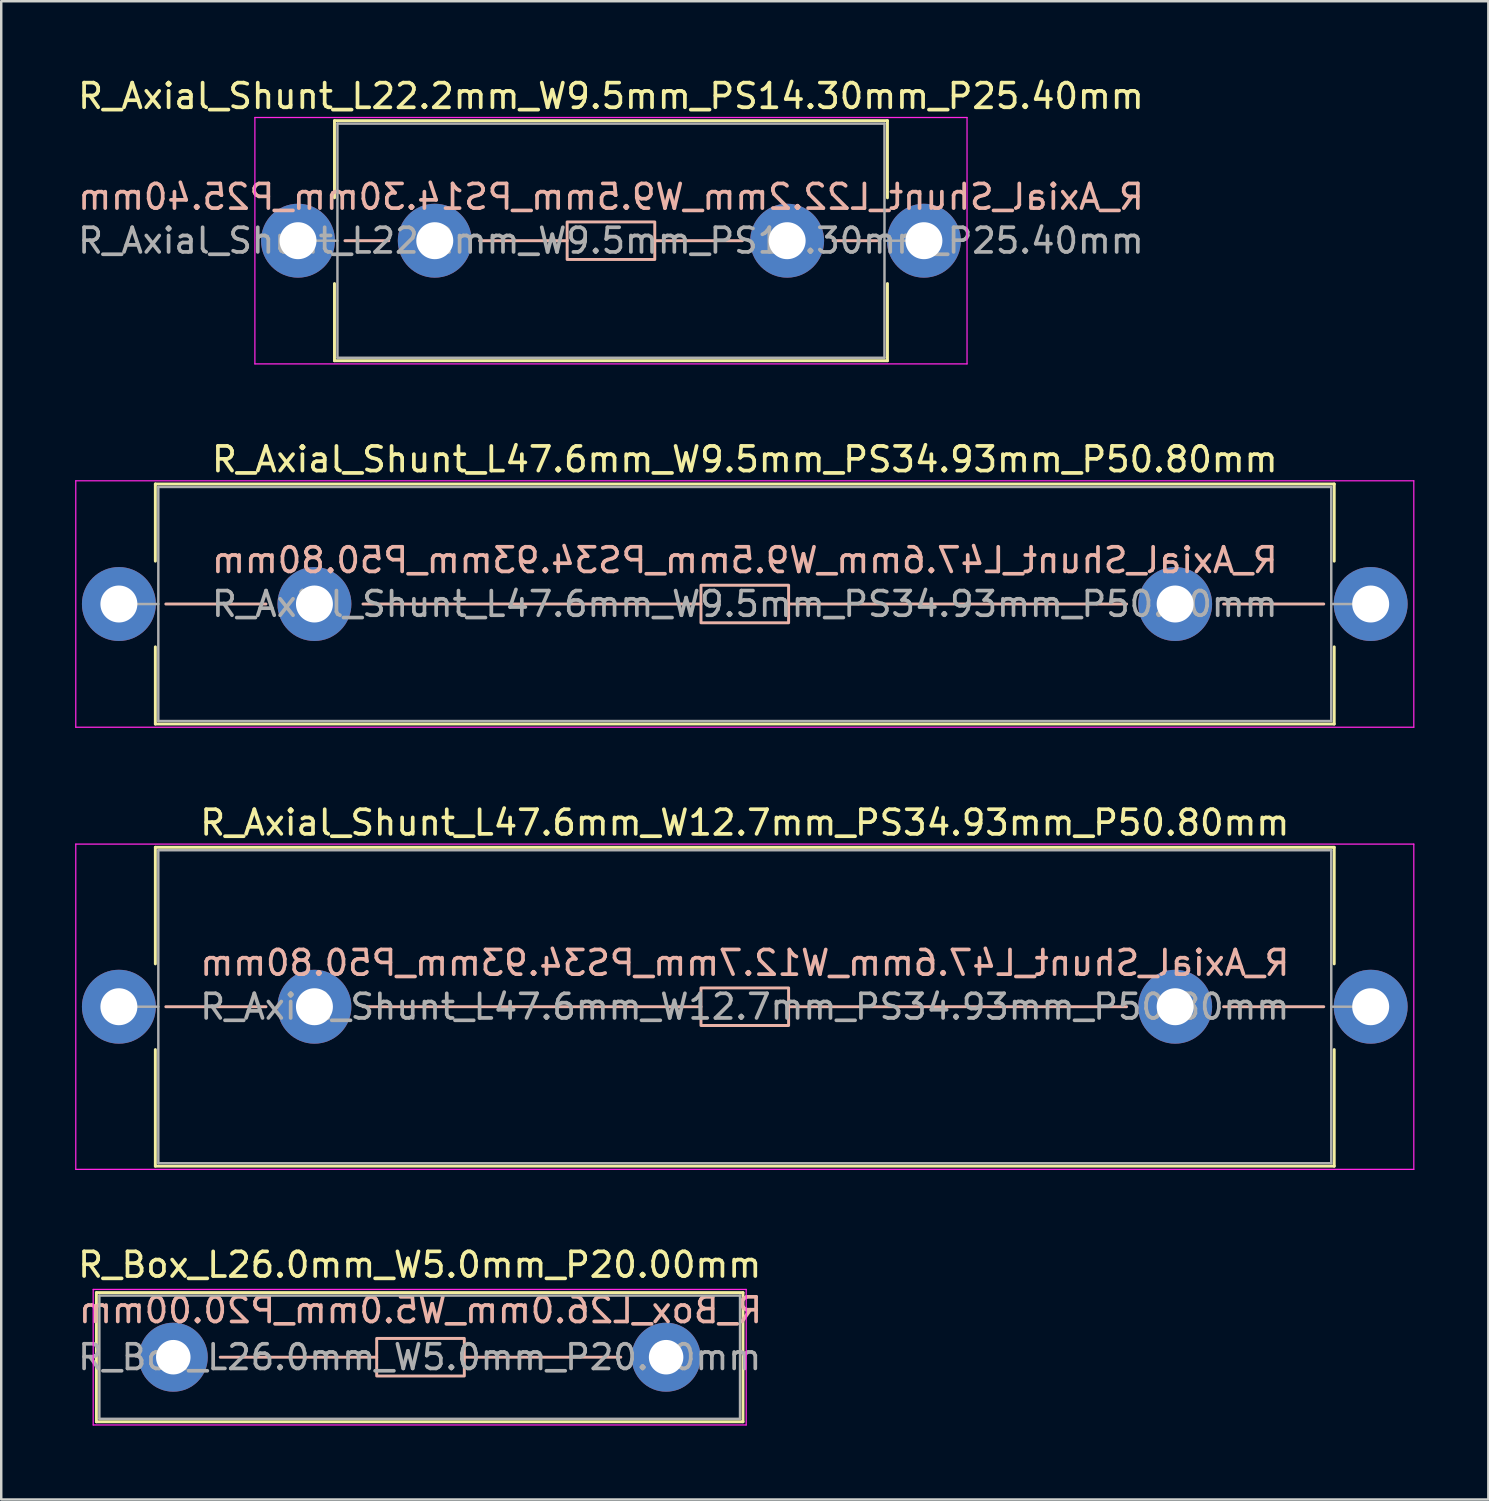
<source format=kicad_pcb>
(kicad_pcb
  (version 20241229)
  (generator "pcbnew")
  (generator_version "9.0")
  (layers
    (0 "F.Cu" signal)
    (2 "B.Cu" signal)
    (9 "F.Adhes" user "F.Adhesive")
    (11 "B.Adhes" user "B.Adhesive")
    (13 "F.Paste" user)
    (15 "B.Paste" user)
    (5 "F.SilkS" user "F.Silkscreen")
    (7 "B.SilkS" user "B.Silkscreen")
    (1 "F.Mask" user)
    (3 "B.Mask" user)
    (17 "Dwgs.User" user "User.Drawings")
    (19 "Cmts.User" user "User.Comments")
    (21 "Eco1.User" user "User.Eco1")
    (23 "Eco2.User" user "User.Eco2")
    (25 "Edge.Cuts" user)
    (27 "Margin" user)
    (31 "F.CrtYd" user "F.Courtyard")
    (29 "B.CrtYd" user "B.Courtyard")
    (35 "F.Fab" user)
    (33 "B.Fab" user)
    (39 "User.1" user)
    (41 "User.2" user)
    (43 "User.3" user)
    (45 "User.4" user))
  (footprint "R_Axial_Shunt_L22.2mm_W9.5mm_PS14.30mm_P25.40mm"
    (layer "F.Cu")
    (at 9.044 6.718)
    (property "Reference" "R_Axial_Shunt_L22.2mm_W9.5mm_PS14.30mm_P25.40mm" (at 12.7 -5.87 0) (layer "F.SilkS") (effects (font (size 1 1) (thickness 0.15))))
    (fp_line (start 1.48 -4.87) (end 23.92 -4.87) (stroke (width 0.12) (type solid)) (layer "F.SilkS"))
    (fp_line (start 1.48 -1.74) (end 1.48 -4.87) (stroke (width 0.12) (type solid)) (layer "F.SilkS"))
    (fp_line (start 1.48 1.74) (end 1.48 4.87) (stroke (width 0.12) (type solid)) (layer "F.SilkS"))
    (fp_line (start 1.48 4.87) (end 23.92 4.87) (stroke (width 0.12) (type solid)) (layer "F.SilkS"))
    (fp_line (start 23.92 -4.87) (end 23.92 -1.74) (stroke (width 0.12) (type solid)) (layer "F.SilkS"))
    (fp_line (start 23.92 4.87) (end 23.92 1.74) (stroke (width 0.12) (type solid)) (layer "F.SilkS"))
    (fp_line (start 3.683 0) (end 1.905 0) (stroke (width 0.12) (type solid)) (layer "B.SilkS"))
    (fp_line (start 10.922 0) (end 7.366 0) (stroke (width 0.12) (type solid)) (layer "B.SilkS"))
    (fp_line (start 14.478 0) (end 18.034 0) (stroke (width 0.12) (type solid)) (layer "B.SilkS"))
    (fp_line (start 21.717 0) (end 23.495 0) (stroke (width 0.12) (type solid)) (layer "B.SilkS"))
    (fp_rect (start 10.922 -0.762) (end 14.478 0.762) (stroke (width 0.12) (type solid)) (fill no) (layer "B.SilkS"))
    (fp_line (start -1.75 -5) (end -1.75 5) (stroke (width 0.05) (type solid)) (layer "F.CrtYd"))
    (fp_line (start -1.75 5) (end 27.15 5) (stroke (width 0.05) (type solid)) (layer "F.CrtYd"))
    (fp_line (start 27.15 -5) (end -1.75 -5) (stroke (width 0.05) (type solid)) (layer "F.CrtYd"))
    (fp_line (start 27.15 5) (end 27.15 -5) (stroke (width 0.05) (type solid)) (layer "F.CrtYd"))
    (fp_line (start 0 0) (end 1.6 0) (stroke (width 0.1) (type solid)) (layer "F.Fab"))
    (fp_line (start 1.6 -4.75) (end 1.6 4.75) (stroke (width 0.1) (type solid)) (layer "F.Fab"))
    (fp_line (start 1.6 4.75) (end 23.8 4.75) (stroke (width 0.1) (type solid)) (layer "F.Fab"))
    (fp_line (start 23.8 -4.75) (end 1.6 -4.75) (stroke (width 0.1) (type solid)) (layer "F.Fab"))
    (fp_line (start 23.8 4.75) (end 23.8 -4.75) (stroke (width 0.1) (type solid)) (layer "F.Fab"))
    (fp_line (start 25.4 0) (end 23.8 0) (stroke (width 0.1) (type solid)) (layer "F.Fab"))
    (fp_text user "${REFERENCE}" (at 12.7 -1.778 0) (layer "B.SilkS") (effects (font (size 1 1) (thickness 0.15)) (justify mirror)))
    (fp_text user "${REFERENCE}" (at 12.7 0 0) (layer "F.Fab") (effects (font (size 1 1) (thickness 0.15))))
    (pad "1" thru_hole circle (at 0 0) (size 3 3) (drill 1.5) (layers "*.Cu" "*.Mask"))
    (pad "2" thru_hole oval (at 5.55 0) (size 3 3) (drill 1.5) (layers "*.Cu" "*.Mask"))
    (pad "3" thru_hole oval (at 19.85 0) (size 3 3) (drill 1.5) (layers "*.Cu" "*.Mask"))
    (pad "4" thru_hole oval (at 25.4 0) (size 3 3) (drill 1.5) (layers "*.Cu" "*.Mask")))
  (footprint "R_Axial_Shunt_L47.6mm_W12.7mm_PS34.93mm_P50.80mm"
    (layer "F.Cu")
    (at 1.775 37.805)
    (property "Reference" "R_Axial_Shunt_L47.6mm_W12.7mm_PS34.93mm_P50.80mm" (at 25.4 -7.47 0) (layer "F.SilkS") (effects (font (size 1 1) (thickness 0.15))))
    (fp_line (start 1.48 -6.47) (end 49.32 -6.47) (stroke (width 0.12) (type solid)) (layer "F.SilkS"))
    (fp_line (start 1.48 -1.74) (end 1.48 -6.47) (stroke (width 0.12) (type solid)) (layer "F.SilkS"))
    (fp_line (start 1.48 1.74) (end 1.48 6.47) (stroke (width 0.12) (type solid)) (layer "F.SilkS"))
    (fp_line (start 1.48 6.47) (end 49.32 6.47) (stroke (width 0.12) (type solid)) (layer "F.SilkS"))
    (fp_line (start 49.32 -6.47) (end 49.32 -1.74) (stroke (width 0.12) (type solid)) (layer "F.SilkS"))
    (fp_line (start 49.32 6.47) (end 49.32 1.74) (stroke (width 0.12) (type solid)) (layer "F.SilkS"))
    (fp_line (start 5.969 0) (end 1.905 0) (stroke (width 0.12) (type solid)) (layer "B.SilkS"))
    (fp_line (start 23.622 0) (end 9.906 0) (stroke (width 0.12) (type solid)) (layer "B.SilkS"))
    (fp_line (start 27.178 0) (end 40.894 0) (stroke (width 0.12) (type solid)) (layer "B.SilkS"))
    (fp_line (start 44.831 0) (end 48.895 0) (stroke (width 0.12) (type solid)) (layer "B.SilkS"))
    (fp_rect (start 23.622 -0.762) (end 27.178 0.762) (stroke (width 0.12) (type solid)) (fill no) (layer "B.SilkS"))
    (fp_line (start -1.75 -6.6) (end -1.75 6.6) (stroke (width 0.05) (type solid)) (layer "F.CrtYd"))
    (fp_line (start -1.75 6.6) (end 52.55 6.6) (stroke (width 0.05) (type solid)) (layer "F.CrtYd"))
    (fp_line (start 52.55 -6.6) (end -1.75 -6.6) (stroke (width 0.05) (type solid)) (layer "F.CrtYd"))
    (fp_line (start 52.55 6.6) (end 52.55 -6.6) (stroke (width 0.05) (type solid)) (layer "F.CrtYd"))
    (fp_line (start 0 0) (end 1.6 0) (stroke (width 0.1) (type solid)) (layer "F.Fab"))
    (fp_line (start 1.6 -6.35) (end 1.6 6.35) (stroke (width 0.1) (type solid)) (layer "F.Fab"))
    (fp_line (start 1.6 6.35) (end 49.2 6.35) (stroke (width 0.1) (type solid)) (layer "F.Fab"))
    (fp_line (start 49.2 -6.35) (end 1.6 -6.35) (stroke (width 0.1) (type solid)) (layer "F.Fab"))
    (fp_line (start 49.2 6.35) (end 49.2 -6.35) (stroke (width 0.1) (type solid)) (layer "F.Fab"))
    (fp_line (start 50.8 0) (end 49.2 0) (stroke (width 0.1) (type solid)) (layer "F.Fab"))
    (fp_text user "${REFERENCE}" (at 25.4 -1.778 0) (layer "B.SilkS") (effects (font (size 1 1) (thickness 0.15)) (justify mirror)))
    (fp_text user "${REFERENCE}" (at 25.4 0 0) (layer "F.Fab") (effects (font (size 1 1) (thickness 0.15))))
    (pad "1" thru_hole circle (at 0 0) (size 3 3) (drill 1.5) (layers "*.Cu" "*.Mask"))
    (pad "2" thru_hole oval (at 7.935 0) (size 3 3) (drill 1.5) (layers "*.Cu" "*.Mask"))
    (pad "3" thru_hole oval (at 42.865 0) (size 3 3) (drill 1.5) (layers "*.Cu" "*.Mask"))
    (pad "4" thru_hole oval (at 50.8 0) (size 3 3) (drill 1.5) (layers "*.Cu" "*.Mask")))
  (footprint "R_Axial_Shunt_L47.6mm_W9.5mm_PS34.93mm_P50.80mm"
    (layer "F.Cu")
    (at 1.775 21.462)
    (property "Reference" "R_Axial_Shunt_L47.6mm_W9.5mm_PS34.93mm_P50.80mm" (at 25.4 -5.87 0) (layer "F.SilkS") (effects (font (size 1 1) (thickness 0.15))))
    (fp_line (start 1.48 -4.87) (end 49.32 -4.87) (stroke (width 0.12) (type solid)) (layer "F.SilkS"))
    (fp_line (start 1.48 -1.74) (end 1.48 -4.87) (stroke (width 0.12) (type solid)) (layer "F.SilkS"))
    (fp_line (start 1.48 1.74) (end 1.48 4.87) (stroke (width 0.12) (type solid)) (layer "F.SilkS"))
    (fp_line (start 1.48 4.87) (end 49.32 4.87) (stroke (width 0.12) (type solid)) (layer "F.SilkS"))
    (fp_line (start 49.32 -4.87) (end 49.32 -1.74) (stroke (width 0.12) (type solid)) (layer "F.SilkS"))
    (fp_line (start 49.32 4.87) (end 49.32 1.74) (stroke (width 0.12) (type solid)) (layer "F.SilkS"))
    (fp_line (start 5.969 0) (end 1.905 0) (stroke (width 0.12) (type solid)) (layer "B.SilkS"))
    (fp_line (start 23.622 0) (end 9.906 0) (stroke (width 0.12) (type solid)) (layer "B.SilkS"))
    (fp_line (start 27.178 0) (end 40.894 0) (stroke (width 0.12) (type solid)) (layer "B.SilkS"))
    (fp_line (start 44.831 0) (end 48.895 0) (stroke (width 0.12) (type solid)) (layer "B.SilkS"))
    (fp_rect (start 23.622 -0.762) (end 27.178 0.762) (stroke (width 0.12) (type solid)) (fill no) (layer "B.SilkS"))
    (fp_line (start -1.75 -5) (end -1.75 5) (stroke (width 0.05) (type solid)) (layer "F.CrtYd"))
    (fp_line (start -1.75 5) (end 52.55 5) (stroke (width 0.05) (type solid)) (layer "F.CrtYd"))
    (fp_line (start 52.55 -5) (end -1.75 -5) (stroke (width 0.05) (type solid)) (layer "F.CrtYd"))
    (fp_line (start 52.55 5) (end 52.55 -5) (stroke (width 0.05) (type solid)) (layer "F.CrtYd"))
    (fp_line (start 0 0) (end 1.6 0) (stroke (width 0.1) (type solid)) (layer "F.Fab"))
    (fp_line (start 1.6 -4.75) (end 1.6 4.75) (stroke (width 0.1) (type solid)) (layer "F.Fab"))
    (fp_line (start 1.6 4.75) (end 49.2 4.75) (stroke (width 0.1) (type solid)) (layer "F.Fab"))
    (fp_line (start 49.2 -4.75) (end 1.6 -4.75) (stroke (width 0.1) (type solid)) (layer "F.Fab"))
    (fp_line (start 49.2 4.75) (end 49.2 -4.75) (stroke (width 0.1) (type solid)) (layer "F.Fab"))
    (fp_line (start 50.8 0) (end 49.2 0) (stroke (width 0.1) (type solid)) (layer "F.Fab"))
    (fp_text user "${REFERENCE}" (at 25.4 -1.778 0) (layer "B.SilkS") (effects (font (size 1 1) (thickness 0.15)) (justify mirror)))
    (fp_text user "${REFERENCE}" (at 25.4 0 0) (layer "F.Fab") (effects (font (size 1 1) (thickness 0.15))))
    (pad "1" thru_hole circle (at 0 0) (size 3 3) (drill 1.5) (layers "*.Cu" "*.Mask"))
    (pad "2" thru_hole oval (at 7.935 0) (size 3 3) (drill 1.5) (layers "*.Cu" "*.Mask"))
    (pad "3" thru_hole oval (at 42.865 0) (size 3 3) (drill 1.5) (layers "*.Cu" "*.Mask"))
    (pad "4" thru_hole oval (at 50.8 0) (size 3 3) (drill 1.5) (layers "*.Cu" "*.Mask")))
  (footprint "R_Box_L26.0mm_W5.0mm_P20.00mm"
    (layer "F.Cu")
    (at 3.982 52.028)
    (property "Reference" "R_Box_L26.0mm_W5.0mm_P20.00mm" (at 10 -3.75 0) (layer "F.SilkS") (effects (font (size 1 1) (thickness 0.15))))
    (fp_line (start -3.12 -2.62) (end -3.12 2.62) (stroke (width 0.12) (type solid)) (layer "F.SilkS"))
    (fp_line (start -3.12 -2.62) (end 23.12 -2.62) (stroke (width 0.12) (type solid)) (layer "F.SilkS"))
    (fp_line (start -3.12 2.62) (end 23.12 2.62) (stroke (width 0.12) (type solid)) (layer "F.SilkS"))
    (fp_line (start 23.12 -2.62) (end 23.12 2.62) (stroke (width 0.12) (type solid)) (layer "F.SilkS"))
    (fp_line (start 8.255 0) (end 1.905 0) (stroke (width 0.12) (type solid)) (layer "B.SilkS"))
    (fp_line (start 11.811 0) (end 18.161 0) (stroke (width 0.12) (type solid)) (layer "B.SilkS"))
    (fp_rect (start 8.255 -0.762) (end 11.811 0.762) (stroke (width 0.12) (type solid)) (fill no) (layer "B.SilkS"))
    (fp_line (start -3.25 -2.75) (end -3.25 2.75) (stroke (width 0.05) (type solid)) (layer "F.CrtYd"))
    (fp_line (start -3.25 2.75) (end 23.25 2.75) (stroke (width 0.05) (type solid)) (layer "F.CrtYd"))
    (fp_line (start 23.25 -2.75) (end -3.25 -2.75) (stroke (width 0.05) (type solid)) (layer "F.CrtYd"))
    (fp_line (start 23.25 2.75) (end 23.25 -2.75) (stroke (width 0.05) (type solid)) (layer "F.CrtYd"))
    (fp_line (start -3 -2.5) (end -3 2.5) (stroke (width 0.1) (type solid)) (layer "F.Fab"))
    (fp_line (start -3 2.5) (end 23 2.5) (stroke (width 0.1) (type solid)) (layer "F.Fab"))
    (fp_line (start 23 -2.5) (end -3 -2.5) (stroke (width 0.1) (type solid)) (layer "F.Fab"))
    (fp_line (start 23 2.5) (end 23 -2.5) (stroke (width 0.1) (type solid)) (layer "F.Fab"))
    (fp_text user "${REFERENCE}" (at 10.033 -1.905 0) (layer "B.SilkS") (effects (font (size 1 1) (thickness 0.15)) (justify mirror)))
    (fp_text user "${REFERENCE}" (at 10 0 0) (layer "F.Fab") (effects (font (size 1 1) (thickness 0.15))))
    (pad "1" thru_hole circle (at 0 0) (size 2.8 2.8) (drill 1.4) (layers "*.Cu" "*.Mask"))
    (pad "2" thru_hole circle (at 20 0) (size 2.8 2.8) (drill 1.4) (layers "*.Cu" "*.Mask")))
  (gr_rect
    (start -3 -3)
    (end 57.35 57.803)
    (stroke (width 0.1) (type default))
    (fill no)
    (layer "Edge.Cuts")))
</source>
